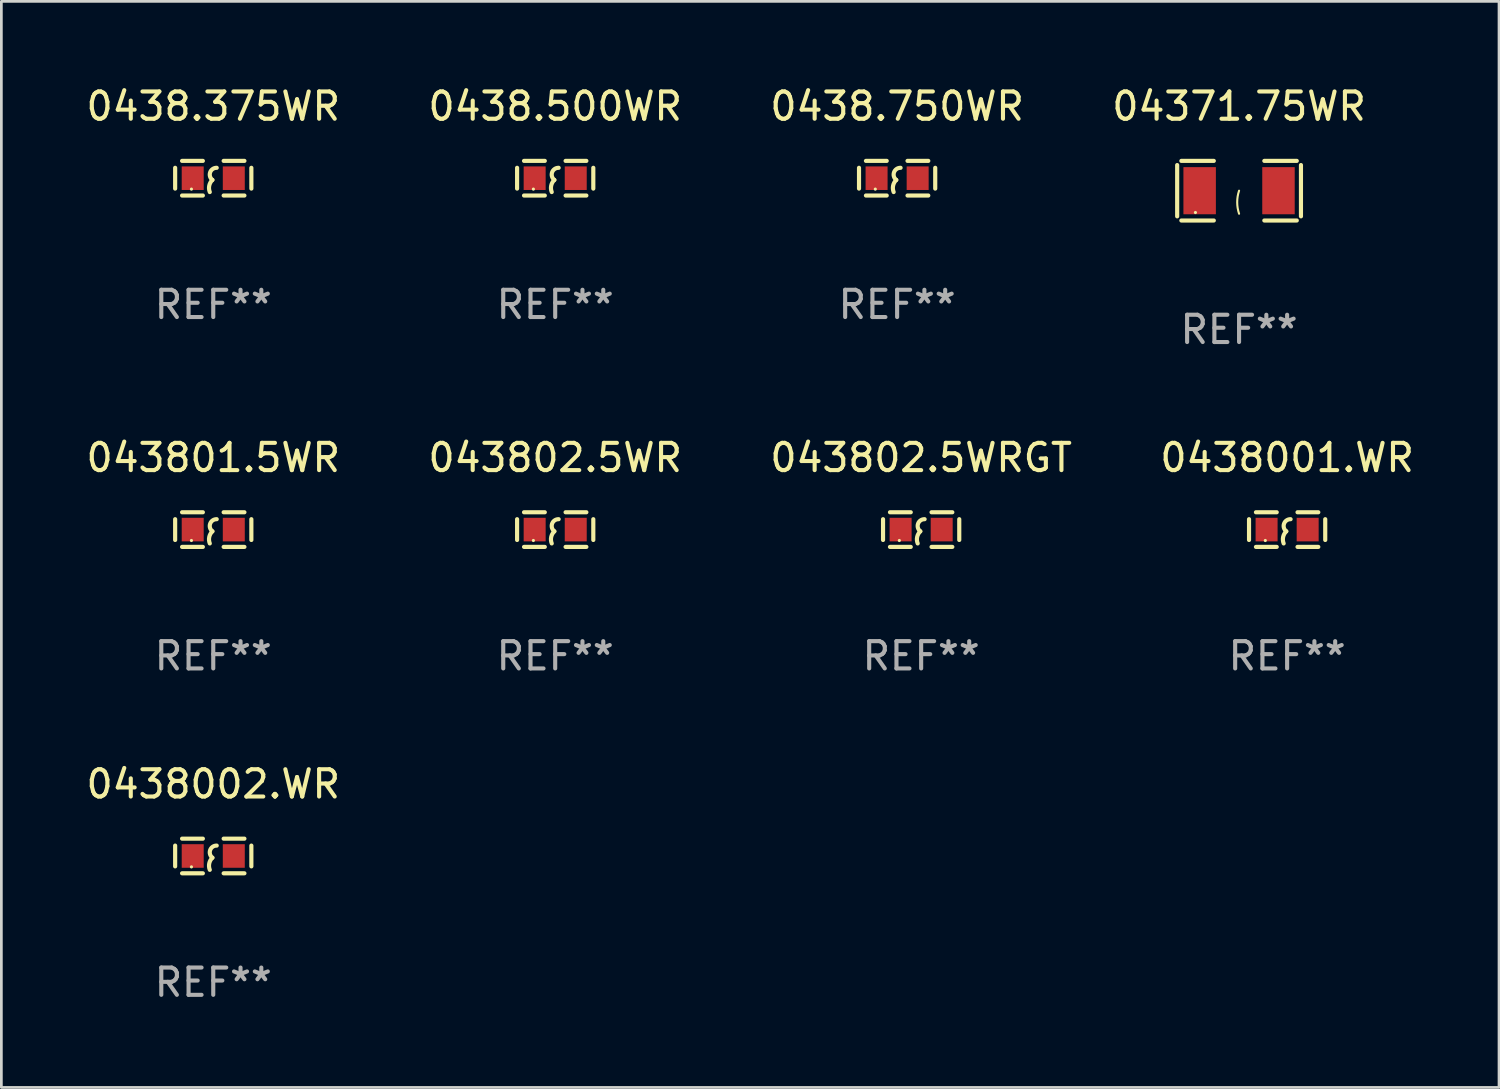
<source format=kicad_pcb>
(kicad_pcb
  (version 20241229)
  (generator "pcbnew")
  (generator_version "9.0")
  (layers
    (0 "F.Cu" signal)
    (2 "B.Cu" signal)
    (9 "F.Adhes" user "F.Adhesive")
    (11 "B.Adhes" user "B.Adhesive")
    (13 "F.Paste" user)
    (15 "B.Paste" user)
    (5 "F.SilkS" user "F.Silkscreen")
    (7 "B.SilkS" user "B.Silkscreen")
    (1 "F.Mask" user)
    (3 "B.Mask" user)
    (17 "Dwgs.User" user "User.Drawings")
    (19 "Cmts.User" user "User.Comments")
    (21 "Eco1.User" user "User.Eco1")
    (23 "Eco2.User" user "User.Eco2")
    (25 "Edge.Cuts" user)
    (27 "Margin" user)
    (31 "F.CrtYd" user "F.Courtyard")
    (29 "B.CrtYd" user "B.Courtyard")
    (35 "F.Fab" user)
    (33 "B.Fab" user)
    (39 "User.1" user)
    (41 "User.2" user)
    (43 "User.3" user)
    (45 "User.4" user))
  (footprint "0438.750WR"
    (layer "F.Cu")
    (at 29.839 3.483)
    (property "Reference" "0438.750WR" (at 0 -2.635 0) (layer "F.SilkS") (effects (font (size 1 1) (thickness 0.15))))
    (attr through_hole)
    (fp_line (start -1.397 -0.381) (end -1.397 0.381) (stroke (width 0.152) (type solid)) (layer "F.SilkS"))
    (fp_line (start -0.381 -0.635) (end -1.143 -0.635) (stroke (width 0.152) (type solid)) (layer "F.SilkS"))
    (fp_line (start -0.381 0.635) (end -1.143 0.635) (stroke (width 0.152) (type solid)) (layer "F.SilkS"))
    (fp_line (start 0.381 -0.635) (end 1.143 -0.635) (stroke (width 0.152) (type solid)) (layer "F.SilkS"))
    (fp_line (start 0.381 0.635) (end 1.143 0.635) (stroke (width 0.152) (type solid)) (layer "F.SilkS"))
    (fp_line (start 1.397 -0.381) (end 1.397 0.381) (stroke (width 0.152) (type solid)) (layer "F.SilkS"))
    (fp_arc (start -0.127 0.508001) (mid -0.146523 0.271131) (end -0.030861 0.0635) (stroke (width 0.151994) (type solid)) (layer "F.SilkS"))
    (fp_arc (start -0.03175 0.0635) (mid -0.113571 -0.216321) (end 0.127001 -0.381002) (stroke (width 0.151994) (type solid)) (layer "F.SilkS"))
    (fp_circle (center -0.8 0.4) (end -0.77 0.4) (stroke (width 0.06) (type solid)) (fill no) (layer "F.SilkS"))
    (fp_text user "REF**" (at 0 4.635 0) (layer "F.Fab") (effects (font (size 1 1) (thickness 0.15))))
    (pad "1" smd rect (at -0.753 0) (size 0.806 0.864) (layers "F.Cu" "F.Mask" "F.Paste"))
    (pad "2" smd rect (at 0.753 0) (size 0.806 0.864) (layers "F.Cu" "F.Mask" "F.Paste")))
  (footprint "0438001.WR"
    (layer "F.Cu")
    (at 44.137 16.365)
    (property "Reference" "0438001.WR" (at 0 -2.635 0) (layer "F.SilkS") (effects (font (size 1 1) (thickness 0.15))))
    (attr through_hole)
    (fp_line (start -1.397 -0.381) (end -1.397 0.381) (stroke (width 0.152) (type solid)) (layer "F.SilkS"))
    (fp_line (start -0.381 -0.635) (end -1.143 -0.635) (stroke (width 0.152) (type solid)) (layer "F.SilkS"))
    (fp_line (start -0.381 0.635) (end -1.143 0.635) (stroke (width 0.152) (type solid)) (layer "F.SilkS"))
    (fp_line (start 0.381 -0.635) (end 1.143 -0.635) (stroke (width 0.152) (type solid)) (layer "F.SilkS"))
    (fp_line (start 0.381 0.635) (end 1.143 0.635) (stroke (width 0.152) (type solid)) (layer "F.SilkS"))
    (fp_line (start 1.397 -0.381) (end 1.397 0.381) (stroke (width 0.152) (type solid)) (layer "F.SilkS"))
    (fp_arc (start -0.127 0.508001) (mid -0.146523 0.271131) (end -0.030861 0.0635) (stroke (width 0.151994) (type solid)) (layer "F.SilkS"))
    (fp_arc (start -0.03175 0.0635) (mid -0.113571 -0.216321) (end 0.127001 -0.381002) (stroke (width 0.151994) (type solid)) (layer "F.SilkS"))
    (fp_circle (center -0.8 0.4) (end -0.77 0.4) (stroke (width 0.06) (type solid)) (fill no) (layer "F.SilkS"))
    (fp_text user "REF**" (at 0 4.635 0) (layer "F.Fab") (effects (font (size 1 1) (thickness 0.15))))
    (pad "1" smd rect (at -0.753 0) (size 0.806 0.864) (layers "F.Cu" "F.Mask" "F.Paste"))
    (pad "2" smd rect (at 0.753 0) (size 0.806 0.864) (layers "F.Cu" "F.Mask" "F.Paste")))
  (footprint "0438002.WR"
    (layer "F.Cu")
    (at 4.768 28.331)
    (property "Reference" "0438002.WR" (at 0 -2.635 0) (layer "F.SilkS") (effects (font (size 1 1) (thickness 0.15))))
    (attr through_hole)
    (fp_line (start -1.397 -0.381) (end -1.397 0.381) (stroke (width 0.152) (type solid)) (layer "F.SilkS"))
    (fp_line (start -0.381 -0.635) (end -1.143 -0.635) (stroke (width 0.152) (type solid)) (layer "F.SilkS"))
    (fp_line (start -0.381 0.635) (end -1.143 0.635) (stroke (width 0.152) (type solid)) (layer "F.SilkS"))
    (fp_line (start 0.381 -0.635) (end 1.143 -0.635) (stroke (width 0.152) (type solid)) (layer "F.SilkS"))
    (fp_line (start 0.381 0.635) (end 1.143 0.635) (stroke (width 0.152) (type solid)) (layer "F.SilkS"))
    (fp_line (start 1.397 -0.381) (end 1.397 0.381) (stroke (width 0.152) (type solid)) (layer "F.SilkS"))
    (fp_arc (start -0.127 0.508001) (mid -0.146523 0.271131) (end -0.030861 0.0635) (stroke (width 0.151994) (type solid)) (layer "F.SilkS"))
    (fp_arc (start -0.03175 0.0635) (mid -0.113571 -0.216321) (end 0.127001 -0.381002) (stroke (width 0.151994) (type solid)) (layer "F.SilkS"))
    (fp_circle (center -0.8 0.4) (end -0.77 0.4) (stroke (width 0.06) (type solid)) (fill no) (layer "F.SilkS"))
    (fp_text user "REF**" (at 0 4.635 0) (layer "F.Fab") (effects (font (size 1 1) (thickness 0.15))))
    (pad "1" smd rect (at -0.753 0) (size 0.806 0.864) (layers "F.Cu" "F.Mask" "F.Paste"))
    (pad "2" smd rect (at 0.753 0) (size 0.806 0.864) (layers "F.Cu" "F.Mask" "F.Paste")))
  (footprint "043802.5WR"
    (layer "F.Cu")
    (at 17.304 16.365)
    (property "Reference" "043802.5WR" (at 0 -2.635 0) (layer "F.SilkS") (effects (font (size 1 1) (thickness 0.15))))
    (attr through_hole)
    (fp_line (start -1.397 -0.381) (end -1.397 0.381) (stroke (width 0.152) (type solid)) (layer "F.SilkS"))
    (fp_line (start -0.381 -0.635) (end -1.143 -0.635) (stroke (width 0.152) (type solid)) (layer "F.SilkS"))
    (fp_line (start -0.381 0.635) (end -1.143 0.635) (stroke (width 0.152) (type solid)) (layer "F.SilkS"))
    (fp_line (start 0.381 -0.635) (end 1.143 -0.635) (stroke (width 0.152) (type solid)) (layer "F.SilkS"))
    (fp_line (start 0.381 0.635) (end 1.143 0.635) (stroke (width 0.152) (type solid)) (layer "F.SilkS"))
    (fp_line (start 1.397 -0.381) (end 1.397 0.381) (stroke (width 0.152) (type solid)) (layer "F.SilkS"))
    (fp_arc (start -0.127 0.508001) (mid -0.146523 0.271131) (end -0.030861 0.0635) (stroke (width 0.151994) (type solid)) (layer "F.SilkS"))
    (fp_arc (start -0.03175 0.0635) (mid -0.113571 -0.216321) (end 0.127001 -0.381002) (stroke (width 0.151994) (type solid)) (layer "F.SilkS"))
    (fp_circle (center -0.8 0.4) (end -0.77 0.4) (stroke (width 0.06) (type solid)) (fill no) (layer "F.SilkS"))
    (fp_text user "REF**" (at 0 4.635 0) (layer "F.Fab") (effects (font (size 1 1) (thickness 0.15))))
    (pad "1" smd rect (at -0.753 0) (size 0.806 0.864) (layers "F.Cu" "F.Mask" "F.Paste"))
    (pad "2" smd rect (at 0.753 0) (size 0.806 0.864) (layers "F.Cu" "F.Mask" "F.Paste")))
  (footprint "0438.375WR"
    (layer "F.Cu")
    (at 4.768 3.483)
    (property "Reference" "0438.375WR" (at 0 -2.635 0) (layer "F.SilkS") (effects (font (size 1 1) (thickness 0.15))))
    (attr through_hole)
    (fp_line (start -1.397 -0.381) (end -1.397 0.381) (stroke (width 0.152) (type solid)) (layer "F.SilkS"))
    (fp_line (start -0.381 -0.635) (end -1.143 -0.635) (stroke (width 0.152) (type solid)) (layer "F.SilkS"))
    (fp_line (start -0.381 0.635) (end -1.143 0.635) (stroke (width 0.152) (type solid)) (layer "F.SilkS"))
    (fp_line (start 0.381 -0.635) (end 1.143 -0.635) (stroke (width 0.152) (type solid)) (layer "F.SilkS"))
    (fp_line (start 0.381 0.635) (end 1.143 0.635) (stroke (width 0.152) (type solid)) (layer "F.SilkS"))
    (fp_line (start 1.397 -0.381) (end 1.397 0.381) (stroke (width 0.152) (type solid)) (layer "F.SilkS"))
    (fp_arc (start -0.127 0.508001) (mid -0.146523 0.271131) (end -0.030861 0.0635) (stroke (width 0.151994) (type solid)) (layer "F.SilkS"))
    (fp_arc (start -0.03175 0.0635) (mid -0.113571 -0.216321) (end 0.127001 -0.381002) (stroke (width 0.151994) (type solid)) (layer "F.SilkS"))
    (fp_circle (center -0.8 0.4) (end -0.77 0.4) (stroke (width 0.06) (type solid)) (fill no) (layer "F.SilkS"))
    (fp_text user "REF**" (at 0 4.635 0) (layer "F.Fab") (effects (font (size 1 1) (thickness 0.15))))
    (pad "1" smd rect (at -0.753 0) (size 0.806 0.864) (layers "F.Cu" "F.Mask" "F.Paste"))
    (pad "2" smd rect (at 0.753 0) (size 0.806 0.864) (layers "F.Cu" "F.Mask" "F.Paste")))
  (footprint "0438.500WR"
    (layer "F.Cu")
    (at 17.304 3.483)
    (property "Reference" "0438.500WR" (at 0 -2.635 0) (layer "F.SilkS") (effects (font (size 1 1) (thickness 0.15))))
    (attr through_hole)
    (fp_line (start -1.397 -0.381) (end -1.397 0.381) (stroke (width 0.152) (type solid)) (layer "F.SilkS"))
    (fp_line (start -0.381 -0.635) (end -1.143 -0.635) (stroke (width 0.152) (type solid)) (layer "F.SilkS"))
    (fp_line (start -0.381 0.635) (end -1.143 0.635) (stroke (width 0.152) (type solid)) (layer "F.SilkS"))
    (fp_line (start 0.381 -0.635) (end 1.143 -0.635) (stroke (width 0.152) (type solid)) (layer "F.SilkS"))
    (fp_line (start 0.381 0.635) (end 1.143 0.635) (stroke (width 0.152) (type solid)) (layer "F.SilkS"))
    (fp_line (start 1.397 -0.381) (end 1.397 0.381) (stroke (width 0.152) (type solid)) (layer "F.SilkS"))
    (fp_arc (start -0.127 0.508001) (mid -0.146523 0.271131) (end -0.030861 0.0635) (stroke (width 0.151994) (type solid)) (layer "F.SilkS"))
    (fp_arc (start -0.03175 0.0635) (mid -0.113571 -0.216321) (end 0.127001 -0.381002) (stroke (width 0.151994) (type solid)) (layer "F.SilkS"))
    (fp_circle (center -0.8 0.4) (end -0.77 0.4) (stroke (width 0.06) (type solid)) (fill no) (layer "F.SilkS"))
    (fp_text user "REF**" (at 0 4.635 0) (layer "F.Fab") (effects (font (size 1 1) (thickness 0.15))))
    (pad "1" smd rect (at -0.753 0) (size 0.806 0.864) (layers "F.Cu" "F.Mask" "F.Paste"))
    (pad "2" smd rect (at 0.753 0) (size 0.806 0.864) (layers "F.Cu" "F.Mask" "F.Paste")))
  (footprint "04371.75WR"
    (layer "F.Cu")
    (at 42.375 3.941)
    (property "Reference" "04371.75WR" (at 0 -3.093 0) (layer "F.SilkS") (effects (font (size 1 1) (thickness 0.15))))
    (attr through_hole)
    (fp_line (start -2.269 -0.94) (end -2.269 0.94) (stroke (width 0.152) (type solid)) (layer "F.SilkS"))
    (fp_line (start -2.116 1.093) (end -0.926 1.093) (stroke (width 0.152) (type solid)) (layer "F.SilkS"))
    (fp_line (start -0.926 -1.093) (end -2.116 -1.093) (stroke (width 0.152) (type solid)) (layer "F.SilkS"))
    (fp_line (start 0.926 -1.093) (end 2.116 -1.093) (stroke (width 0.152) (type solid)) (layer "F.SilkS"))
    (fp_line (start 2.116 1.093) (end 0.926 1.093) (stroke (width 0.152) (type solid)) (layer "F.SilkS"))
    (fp_line (start 2.269 -0.94) (end 2.269 0.94) (stroke (width 0.152) (type solid)) (layer "F.SilkS"))
    (fp_arc (start 0 0.844951) (mid -0.068559 0.422475) (end 0 0) (stroke (width 0.0762) (type solid)) (layer "F.SilkS"))
    (fp_circle (center -1.6 0.8) (end -1.57 0.8) (stroke (width 0.06) (type solid)) (fill no) (layer "F.SilkS"))
    (fp_text user "REF**" (at 0 5.093 0) (layer "F.Fab") (effects (font (size 1 1) (thickness 0.15))))
    (pad "1" smd rect (at -1.445 0) (size 1.19 1.728) (layers "F.Cu" "F.Mask" "F.Paste"))
    (pad "2" smd rect (at 1.445 0) (size 1.19 1.728) (layers "F.Cu" "F.Mask" "F.Paste")))
  (footprint "043801.5WR"
    (layer "F.Cu")
    (at 4.768 16.365)
    (property "Reference" "043801.5WR" (at 0 -2.635 0) (layer "F.SilkS") (effects (font (size 1 1) (thickness 0.15))))
    (attr through_hole)
    (fp_line (start -1.397 -0.381) (end -1.397 0.381) (stroke (width 0.152) (type solid)) (layer "F.SilkS"))
    (fp_line (start -0.381 -0.635) (end -1.143 -0.635) (stroke (width 0.152) (type solid)) (layer "F.SilkS"))
    (fp_line (start -0.381 0.635) (end -1.143 0.635) (stroke (width 0.152) (type solid)) (layer "F.SilkS"))
    (fp_line (start 0.381 -0.635) (end 1.143 -0.635) (stroke (width 0.152) (type solid)) (layer "F.SilkS"))
    (fp_line (start 0.381 0.635) (end 1.143 0.635) (stroke (width 0.152) (type solid)) (layer "F.SilkS"))
    (fp_line (start 1.397 -0.381) (end 1.397 0.381) (stroke (width 0.152) (type solid)) (layer "F.SilkS"))
    (fp_arc (start -0.127 0.508001) (mid -0.146523 0.271131) (end -0.030861 0.0635) (stroke (width 0.151994) (type solid)) (layer "F.SilkS"))
    (fp_arc (start -0.03175 0.0635) (mid -0.113571 -0.216321) (end 0.127001 -0.381002) (stroke (width 0.151994) (type solid)) (layer "F.SilkS"))
    (fp_circle (center -0.8 0.4) (end -0.77 0.4) (stroke (width 0.06) (type solid)) (fill no) (layer "F.SilkS"))
    (fp_text user "REF**" (at 0 4.635 0) (layer "F.Fab") (effects (font (size 1 1) (thickness 0.15))))
    (pad "1" smd rect (at -0.753 0) (size 0.806 0.864) (layers "F.Cu" "F.Mask" "F.Paste"))
    (pad "2" smd rect (at 0.753 0) (size 0.806 0.864) (layers "F.Cu" "F.Mask" "F.Paste")))
  (footprint "043802.5WRGT"
    (layer "F.Cu")
    (at 30.72 16.365)
    (property "Reference" "043802.5WRGT" (at 0 -2.635 0) (layer "F.SilkS") (effects (font (size 1 1) (thickness 0.15))))
    (attr through_hole)
    (fp_line (start -1.397 -0.381) (end -1.397 0.381) (stroke (width 0.152) (type solid)) (layer "F.SilkS"))
    (fp_line (start -0.381 -0.635) (end -1.143 -0.635) (stroke (width 0.152) (type solid)) (layer "F.SilkS"))
    (fp_line (start -0.381 0.635) (end -1.143 0.635) (stroke (width 0.152) (type solid)) (layer "F.SilkS"))
    (fp_line (start 0.381 -0.635) (end 1.143 -0.635) (stroke (width 0.152) (type solid)) (layer "F.SilkS"))
    (fp_line (start 0.381 0.635) (end 1.143 0.635) (stroke (width 0.152) (type solid)) (layer "F.SilkS"))
    (fp_line (start 1.397 -0.381) (end 1.397 0.381) (stroke (width 0.152) (type solid)) (layer "F.SilkS"))
    (fp_arc (start -0.127 0.508001) (mid -0.146523 0.271131) (end -0.030861 0.0635) (stroke (width 0.151994) (type solid)) (layer "F.SilkS"))
    (fp_arc (start -0.03175 0.0635) (mid -0.113571 -0.216321) (end 0.127001 -0.381002) (stroke (width 0.151994) (type solid)) (layer "F.SilkS"))
    (fp_circle (center -0.8 0.4) (end -0.77 0.4) (stroke (width 0.06) (type solid)) (fill no) (layer "F.SilkS"))
    (fp_text user "REF**" (at 0 4.635 0) (layer "F.Fab") (effects (font (size 1 1) (thickness 0.15))))
    (pad "1" smd rect (at -0.753 0) (size 0.806 0.864) (layers "F.Cu" "F.Mask" "F.Paste"))
    (pad "2" smd rect (at 0.753 0) (size 0.806 0.864) (layers "F.Cu" "F.Mask" "F.Paste")))
  (gr_rect
    (start -3 -3)
    (end 51.905 36.815)
    (stroke (width 0.1) (type default))
    (fill no)
    (layer "Edge.Cuts")))
</source>
